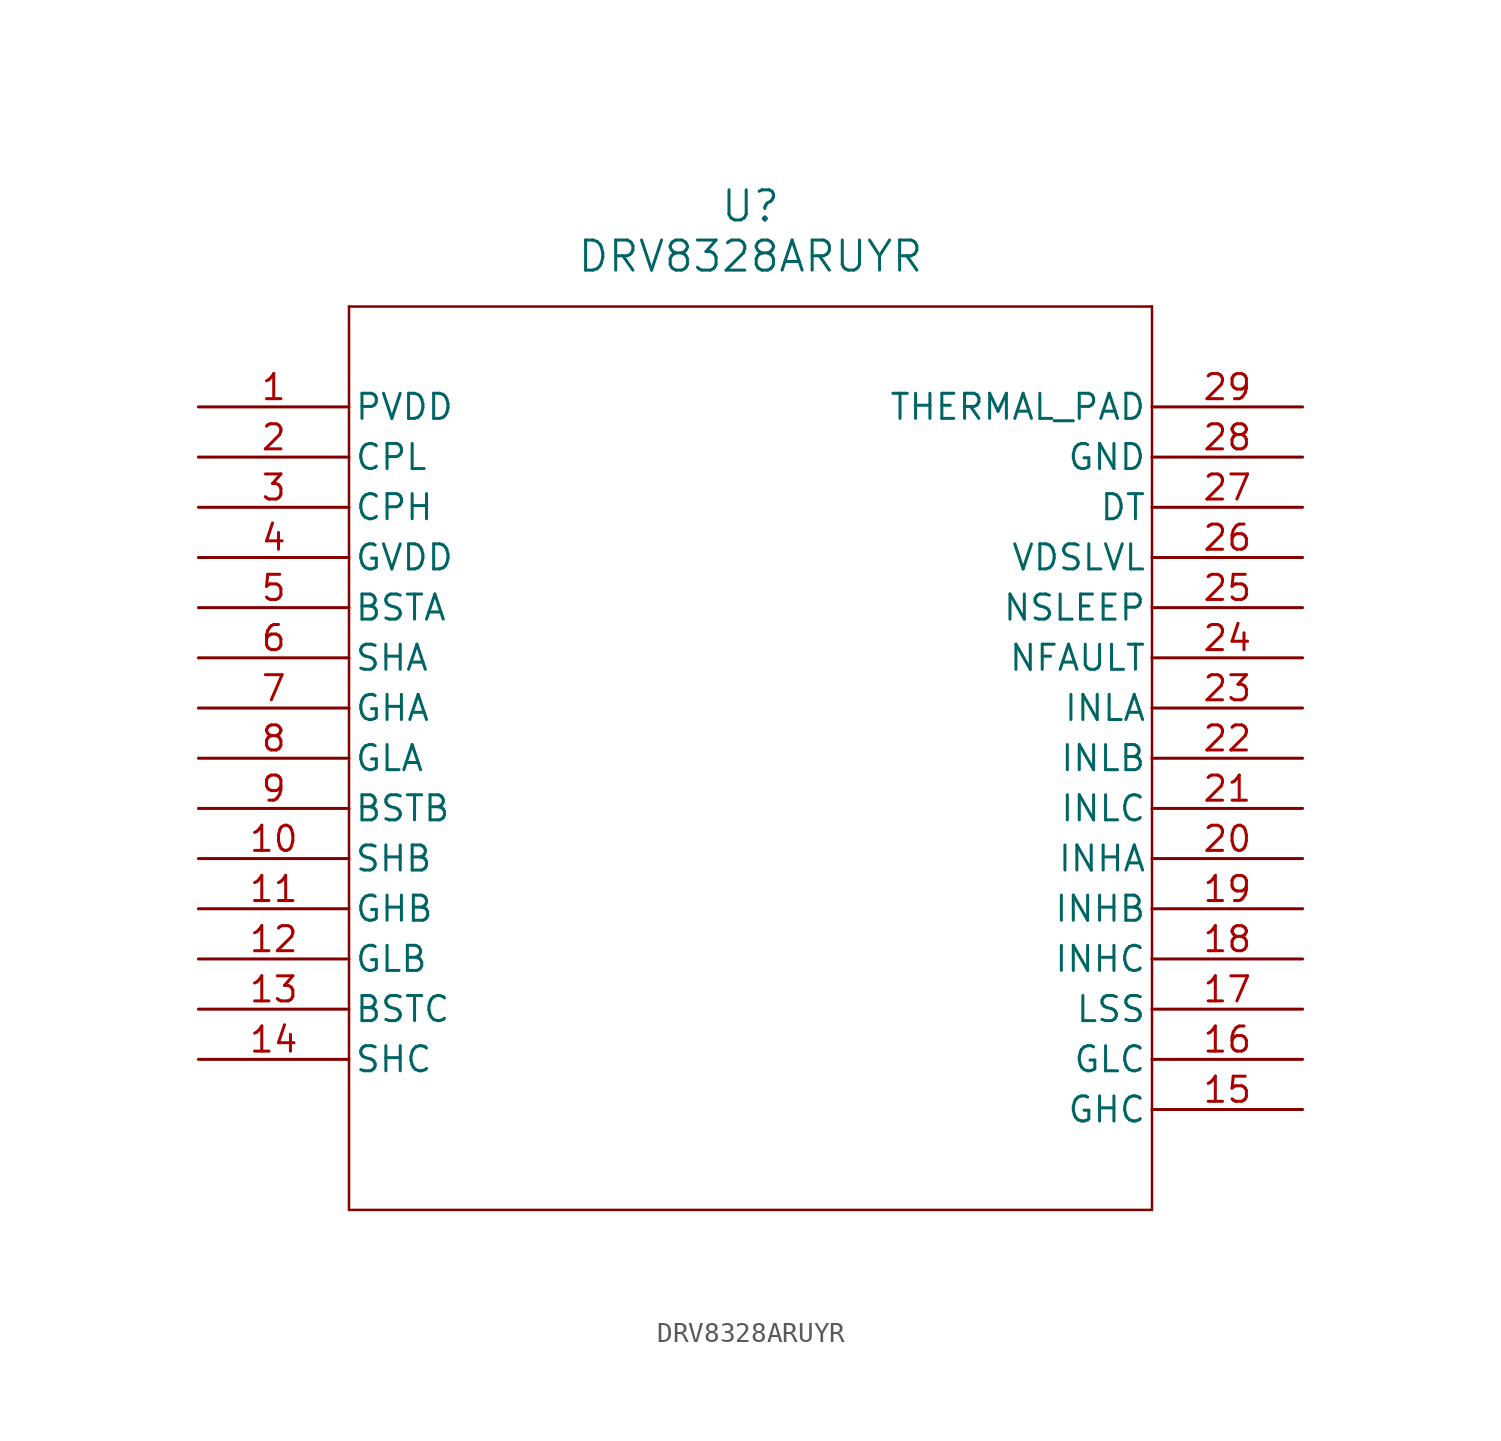
<source format=kicad_sym>
(kicad_symbol_lib
  (version 20211014)
  (generator kicad_symbol_editor)
  (symbol "DRV8328ARUYR"
    (pin_names
      (offset 0.254))
    (property "Reference" "U"
      (at 27.94 10.16 0)
      (effects (font (size 1.524 1.524))))
    (property "Value" "DRV8328ARUYR"
      (at 27.94 7.62 0)
      (effects (font (size 1.524 1.524))))
    (symbol "DRV8328ARUYR_0_1"
      (polyline (pts (xy 7.62 5.08) (xy 7.62 -40.64)) (stroke (width 0.127) (type default) (color 0 0 0 0)) (fill (type none)))
      (polyline (pts (xy 7.62 -40.64) (xy 48.26 -40.64)) (stroke (width 0.127) (type default) (color 0 0 0 0)) (fill (type none)))
      (polyline (pts (xy 48.26 -40.64) (xy 48.26 5.08)) (stroke (width 0.127) (type default) (color 0 0 0 0)) (fill (type none)))
      (polyline (pts (xy 48.26 5.08) (xy 7.62 5.08)) (stroke (width 0.127) (type default) (color 0 0 0 0)) (fill (type none)))
      (pin power_in line (at 0 0 0) (length 7.62) (name "PVDD" (effects (font (size 1.27 1.27)))) (number "1" (effects (font (size 1.27 1.27)))))
      (pin power_in line (at 0 -2.54 0) (length 7.62) (name "CPL" (effects (font (size 1.27 1.27)))) (number "2" (effects (font (size 1.27 1.27)))))
      (pin power_in line (at 0 -5.08 0) (length 7.62) (name "CPH" (effects (font (size 1.27 1.27)))) (number "3" (effects (font (size 1.27 1.27)))))
      (pin power_in line (at 0 -7.62 0) (length 7.62) (name "GVDD" (effects (font (size 1.27 1.27)))) (number "4" (effects (font (size 1.27 1.27)))))
      (pin output line (at 0 -10.16 0) (length 7.62) (name "BSTA" (effects (font (size 1.27 1.27)))) (number "5" (effects (font (size 1.27 1.27)))))
      (pin bidirectional line (at 0 -12.7 0) (length 7.62) (name "SHA" (effects (font (size 1.27 1.27)))) (number "6" (effects (font (size 1.27 1.27)))))
      (pin output line (at 0 -15.24 0) (length 7.62) (name "GHA" (effects (font (size 1.27 1.27)))) (number "7" (effects (font (size 1.27 1.27)))))
      (pin output line (at 0 -17.78 0) (length 7.62) (name "GLA" (effects (font (size 1.27 1.27)))) (number "8" (effects (font (size 1.27 1.27)))))
      (pin output line (at 0 -20.32 0) (length 7.62) (name "BSTB" (effects (font (size 1.27 1.27)))) (number "9" (effects (font (size 1.27 1.27)))))
      (pin bidirectional line (at 0 -22.86 0) (length 7.62) (name "SHB" (effects (font (size 1.27 1.27)))) (number "10" (effects (font (size 1.27 1.27)))))
      (pin output line (at 0 -25.4 0) (length 7.62) (name "GHB" (effects (font (size 1.27 1.27)))) (number "11" (effects (font (size 1.27 1.27)))))
      (pin output line (at 0 -27.94 0) (length 7.62) (name "GLB" (effects (font (size 1.27 1.27)))) (number "12" (effects (font (size 1.27 1.27)))))
      (pin output line (at 0 -30.48 0) (length 7.62) (name "BSTC" (effects (font (size 1.27 1.27)))) (number "13" (effects (font (size 1.27 1.27)))))
      (pin bidirectional line (at 0 -33.02 0) (length 7.62) (name "SHC" (effects (font (size 1.27 1.27)))) (number "14" (effects (font (size 1.27 1.27)))))
      (pin output line (at 55.88 -35.56 180) (length 7.62) (name "GHC" (effects (font (size 1.27 1.27)))) (number "15" (effects (font (size 1.27 1.27)))))
      (pin output line (at 55.88 -33.02 180) (length 7.62) (name "GLC" (effects (font (size 1.27 1.27)))) (number "16" (effects (font (size 1.27 1.27)))))
      (pin power_in line (at 55.88 -30.48 180) (length 7.62) (name "LSS" (effects (font (size 1.27 1.27)))) (number "17" (effects (font (size 1.27 1.27)))))
      (pin input line (at 55.88 -27.94 180) (length 7.62) (name "INHC" (effects (font (size 1.27 1.27)))) (number "18" (effects (font (size 1.27 1.27)))))
      (pin input line (at 55.88 -25.4 180) (length 7.62) (name "INHB" (effects (font (size 1.27 1.27)))) (number "19" (effects (font (size 1.27 1.27)))))
      (pin input line (at 55.88 -22.86 180) (length 7.62) (name "INHA" (effects (font (size 1.27 1.27)))) (number "20" (effects (font (size 1.27 1.27)))))
      (pin input line (at 55.88 -20.32 180) (length 7.62) (name "INLC" (effects (font (size 1.27 1.27)))) (number "21" (effects (font (size 1.27 1.27)))))
      (pin input line (at 55.88 -17.78 180) (length 7.62) (name "INLB" (effects (font (size 1.27 1.27)))) (number "22" (effects (font (size 1.27 1.27)))))
      (pin input line (at 55.88 -15.24 180) (length 7.62) (name "INLA" (effects (font (size 1.27 1.27)))) (number "23" (effects (font (size 1.27 1.27)))))
      (pin output line (at 55.88 -12.7 180) (length 7.62) (name "NFAULT" (effects (font (size 1.27 1.27)))) (number "24" (effects (font (size 1.27 1.27)))))
      (pin input line (at 55.88 -10.16 180) (length 7.62) (name "NSLEEP" (effects (font (size 1.27 1.27)))) (number "25" (effects (font (size 1.27 1.27)))))
      (pin input line (at 55.88 -7.62 180) (length 7.62) (name "VDSLVL" (effects (font (size 1.27 1.27)))) (number "26" (effects (font (size 1.27 1.27)))))
      (pin input line (at 55.88 -5.08 180) (length 7.62) (name "DT" (effects (font (size 1.27 1.27)))) (number "27" (effects (font (size 1.27 1.27)))))
      (pin power_in line (at 55.88 -2.54 180) (length 7.62) (name "GND" (effects (font (size 1.27 1.27)))) (number "28" (effects (font (size 1.27 1.27)))))
      (pin power_out line (at 55.88 0 180) (length 7.62) (name "THERMAL PAD" (effects (font (size 1.27 1.27)))) (number "29" (effects (font (size 1.27 1.27))))))))
</source>
